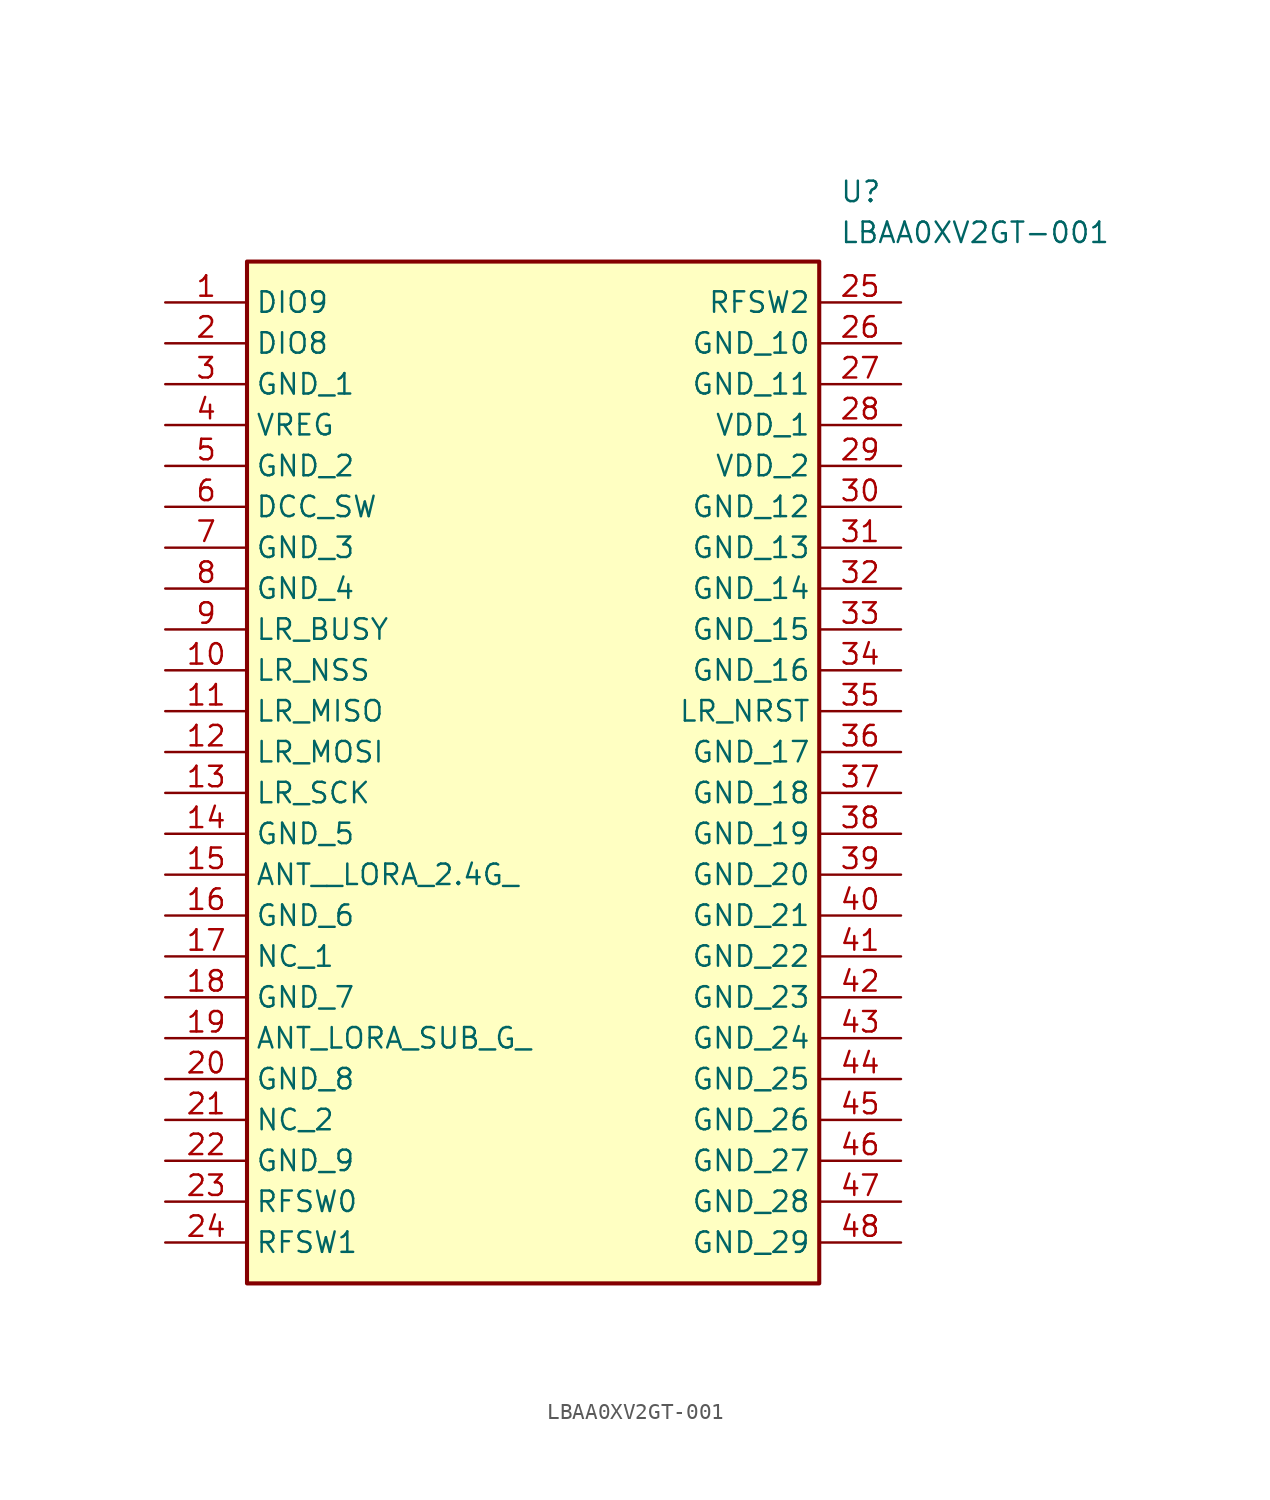
<source format=kicad_sym>
(kicad_symbol_lib
  (version 20211014)
  (generator SamacSys_ECAD_Model)
  (symbol "LBAA0XV2GT-001"
    (property "Reference" "U"
      (at 41.91 7.62 0)
      (effects (font (size 1.27 1.27)) (justify left top)))
    (property "Value" "LBAA0XV2GT-001"
      (at 41.91 5.08 0)
      (effects (font (size 1.27 1.27)) (justify left top)))
    (rectangle
      (start 5.08 2.54)
      (end 40.64 -60.96)
      (stroke (width 0.254) (type default))
      (fill (type background)))
    (pin passive line
      (at 0 0 0)
      (length 5.08)
      (name "DIO9" (effects (font (size 1.27 1.27))))
      (number "1" (effects (font (size 1.27 1.27)))))
    (pin passive line
      (at 0 -2.54 0)
      (length 5.08)
      (name "DIO8" (effects (font (size 1.27 1.27))))
      (number "2" (effects (font (size 1.27 1.27)))))
    (pin passive line
      (at 0 -5.08 0)
      (length 5.08)
      (name "GND_1" (effects (font (size 1.27 1.27))))
      (number "3" (effects (font (size 1.27 1.27)))))
    (pin passive line
      (at 0 -7.62 0)
      (length 5.08)
      (name "VREG" (effects (font (size 1.27 1.27))))
      (number "4" (effects (font (size 1.27 1.27)))))
    (pin passive line
      (at 0 -10.16 0)
      (length 5.08)
      (name "GND_2" (effects (font (size 1.27 1.27))))
      (number "5" (effects (font (size 1.27 1.27)))))
    (pin passive line
      (at 0 -12.7 0)
      (length 5.08)
      (name "DCC_SW" (effects (font (size 1.27 1.27))))
      (number "6" (effects (font (size 1.27 1.27)))))
    (pin passive line
      (at 0 -15.24 0)
      (length 5.08)
      (name "GND_3" (effects (font (size 1.27 1.27))))
      (number "7" (effects (font (size 1.27 1.27)))))
    (pin passive line
      (at 0 -17.78 0)
      (length 5.08)
      (name "GND_4" (effects (font (size 1.27 1.27))))
      (number "8" (effects (font (size 1.27 1.27)))))
    (pin passive line
      (at 0 -20.32 0)
      (length 5.08)
      (name "LR_BUSY" (effects (font (size 1.27 1.27))))
      (number "9" (effects (font (size 1.27 1.27)))))
    (pin passive line
      (at 0 -22.86 0)
      (length 5.08)
      (name "LR_NSS" (effects (font (size 1.27 1.27))))
      (number "10" (effects (font (size 1.27 1.27)))))
    (pin passive line
      (at 0 -25.4 0)
      (length 5.08)
      (name "LR_MISO" (effects (font (size 1.27 1.27))))
      (number "11" (effects (font (size 1.27 1.27)))))
    (pin passive line
      (at 0 -27.94 0)
      (length 5.08)
      (name "LR_MOSI" (effects (font (size 1.27 1.27))))
      (number "12" (effects (font (size 1.27 1.27)))))
    (pin passive line
      (at 0 -30.48 0)
      (length 5.08)
      (name "LR_SCK" (effects (font (size 1.27 1.27))))
      (number "13" (effects (font (size 1.27 1.27)))))
    (pin passive line
      (at 0 -33.02 0)
      (length 5.08)
      (name "GND_5" (effects (font (size 1.27 1.27))))
      (number "14" (effects (font (size 1.27 1.27)))))
    (pin passive line
      (at 0 -35.56 0)
      (length 5.08)
      (name "ANT__LORA_2.4G_" (effects (font (size 1.27 1.27))))
      (number "15" (effects (font (size 1.27 1.27)))))
    (pin passive line
      (at 0 -38.1 0)
      (length 5.08)
      (name "GND_6" (effects (font (size 1.27 1.27))))
      (number "16" (effects (font (size 1.27 1.27)))))
    (pin passive line
      (at 0 -40.64 0)
      (length 5.08)
      (name "NC_1" (effects (font (size 1.27 1.27))))
      (number "17" (effects (font (size 1.27 1.27)))))
    (pin passive line
      (at 0 -43.18 0)
      (length 5.08)
      (name "GND_7" (effects (font (size 1.27 1.27))))
      (number "18" (effects (font (size 1.27 1.27)))))
    (pin passive line
      (at 0 -45.72 0)
      (length 5.08)
      (name "ANT_LORA_SUB_G_" (effects (font (size 1.27 1.27))))
      (number "19" (effects (font (size 1.27 1.27)))))
    (pin passive line
      (at 0 -48.26 0)
      (length 5.08)
      (name "GND_8" (effects (font (size 1.27 1.27))))
      (number "20" (effects (font (size 1.27 1.27)))))
    (pin passive line
      (at 0 -50.8 0)
      (length 5.08)
      (name "NC_2" (effects (font (size 1.27 1.27))))
      (number "21" (effects (font (size 1.27 1.27)))))
    (pin passive line
      (at 0 -53.34 0)
      (length 5.08)
      (name "GND_9" (effects (font (size 1.27 1.27))))
      (number "22" (effects (font (size 1.27 1.27)))))
    (pin passive line
      (at 0 -55.88 0)
      (length 5.08)
      (name "RFSW0" (effects (font (size 1.27 1.27))))
      (number "23" (effects (font (size 1.27 1.27)))))
    (pin passive line
      (at 0 -58.42 0)
      (length 5.08)
      (name "RFSW1" (effects (font (size 1.27 1.27))))
      (number "24" (effects (font (size 1.27 1.27)))))
    (pin passive line
      (at 45.72 0 180)
      (length 5.08)
      (name "RFSW2" (effects (font (size 1.27 1.27))))
      (number "25" (effects (font (size 1.27 1.27)))))
    (pin passive line
      (at 45.72 -2.54 180)
      (length 5.08)
      (name "GND_10" (effects (font (size 1.27 1.27))))
      (number "26" (effects (font (size 1.27 1.27)))))
    (pin passive line
      (at 45.72 -5.08 180)
      (length 5.08)
      (name "GND_11" (effects (font (size 1.27 1.27))))
      (number "27" (effects (font (size 1.27 1.27)))))
    (pin passive line
      (at 45.72 -7.62 180)
      (length 5.08)
      (name "VDD_1" (effects (font (size 1.27 1.27))))
      (number "28" (effects (font (size 1.27 1.27)))))
    (pin passive line
      (at 45.72 -10.16 180)
      (length 5.08)
      (name "VDD_2" (effects (font (size 1.27 1.27))))
      (number "29" (effects (font (size 1.27 1.27)))))
    (pin passive line
      (at 45.72 -12.7 180)
      (length 5.08)
      (name "GND_12" (effects (font (size 1.27 1.27))))
      (number "30" (effects (font (size 1.27 1.27)))))
    (pin passive line
      (at 45.72 -15.24 180)
      (length 5.08)
      (name "GND_13" (effects (font (size 1.27 1.27))))
      (number "31" (effects (font (size 1.27 1.27)))))
    (pin passive line
      (at 45.72 -17.78 180)
      (length 5.08)
      (name "GND_14" (effects (font (size 1.27 1.27))))
      (number "32" (effects (font (size 1.27 1.27)))))
    (pin passive line
      (at 45.72 -20.32 180)
      (length 5.08)
      (name "GND_15" (effects (font (size 1.27 1.27))))
      (number "33" (effects (font (size 1.27 1.27)))))
    (pin passive line
      (at 45.72 -22.86 180)
      (length 5.08)
      (name "GND_16" (effects (font (size 1.27 1.27))))
      (number "34" (effects (font (size 1.27 1.27)))))
    (pin passive line
      (at 45.72 -25.4 180)
      (length 5.08)
      (name "LR_NRST" (effects (font (size 1.27 1.27))))
      (number "35" (effects (font (size 1.27 1.27)))))
    (pin passive line
      (at 45.72 -27.94 180)
      (length 5.08)
      (name "GND_17" (effects (font (size 1.27 1.27))))
      (number "36" (effects (font (size 1.27 1.27)))))
    (pin passive line
      (at 45.72 -30.48 180)
      (length 5.08)
      (name "GND_18" (effects (font (size 1.27 1.27))))
      (number "37" (effects (font (size 1.27 1.27)))))
    (pin passive line
      (at 45.72 -33.02 180)
      (length 5.08)
      (name "GND_19" (effects (font (size 1.27 1.27))))
      (number "38" (effects (font (size 1.27 1.27)))))
    (pin passive line
      (at 45.72 -35.56 180)
      (length 5.08)
      (name "GND_20" (effects (font (size 1.27 1.27))))
      (number "39" (effects (font (size 1.27 1.27)))))
    (pin passive line
      (at 45.72 -38.1 180)
      (length 5.08)
      (name "GND_21" (effects (font (size 1.27 1.27))))
      (number "40" (effects (font (size 1.27 1.27)))))
    (pin passive line
      (at 45.72 -40.64 180)
      (length 5.08)
      (name "GND_22" (effects (font (size 1.27 1.27))))
      (number "41" (effects (font (size 1.27 1.27)))))
    (pin passive line
      (at 45.72 -43.18 180)
      (length 5.08)
      (name "GND_23" (effects (font (size 1.27 1.27))))
      (number "42" (effects (font (size 1.27 1.27)))))
    (pin passive line
      (at 45.72 -45.72 180)
      (length 5.08)
      (name "GND_24" (effects (font (size 1.27 1.27))))
      (number "43" (effects (font (size 1.27 1.27)))))
    (pin passive line
      (at 45.72 -48.26 180)
      (length 5.08)
      (name "GND_25" (effects (font (size 1.27 1.27))))
      (number "44" (effects (font (size 1.27 1.27)))))
    (pin passive line
      (at 45.72 -50.8 180)
      (length 5.08)
      (name "GND_26" (effects (font (size 1.27 1.27))))
      (number "45" (effects (font (size 1.27 1.27)))))
    (pin passive line
      (at 45.72 -53.34 180)
      (length 5.08)
      (name "GND_27" (effects (font (size 1.27 1.27))))
      (number "46" (effects (font (size 1.27 1.27)))))
    (pin passive line
      (at 45.72 -55.88 180)
      (length 5.08)
      (name "GND_28" (effects (font (size 1.27 1.27))))
      (number "47" (effects (font (size 1.27 1.27)))))
    (pin passive line
      (at 45.72 -58.42 180)
      (length 5.08)
      (name "GND_29" (effects (font (size 1.27 1.27))))
      (number "48" (effects (font (size 1.27 1.27)))))))
</source>
